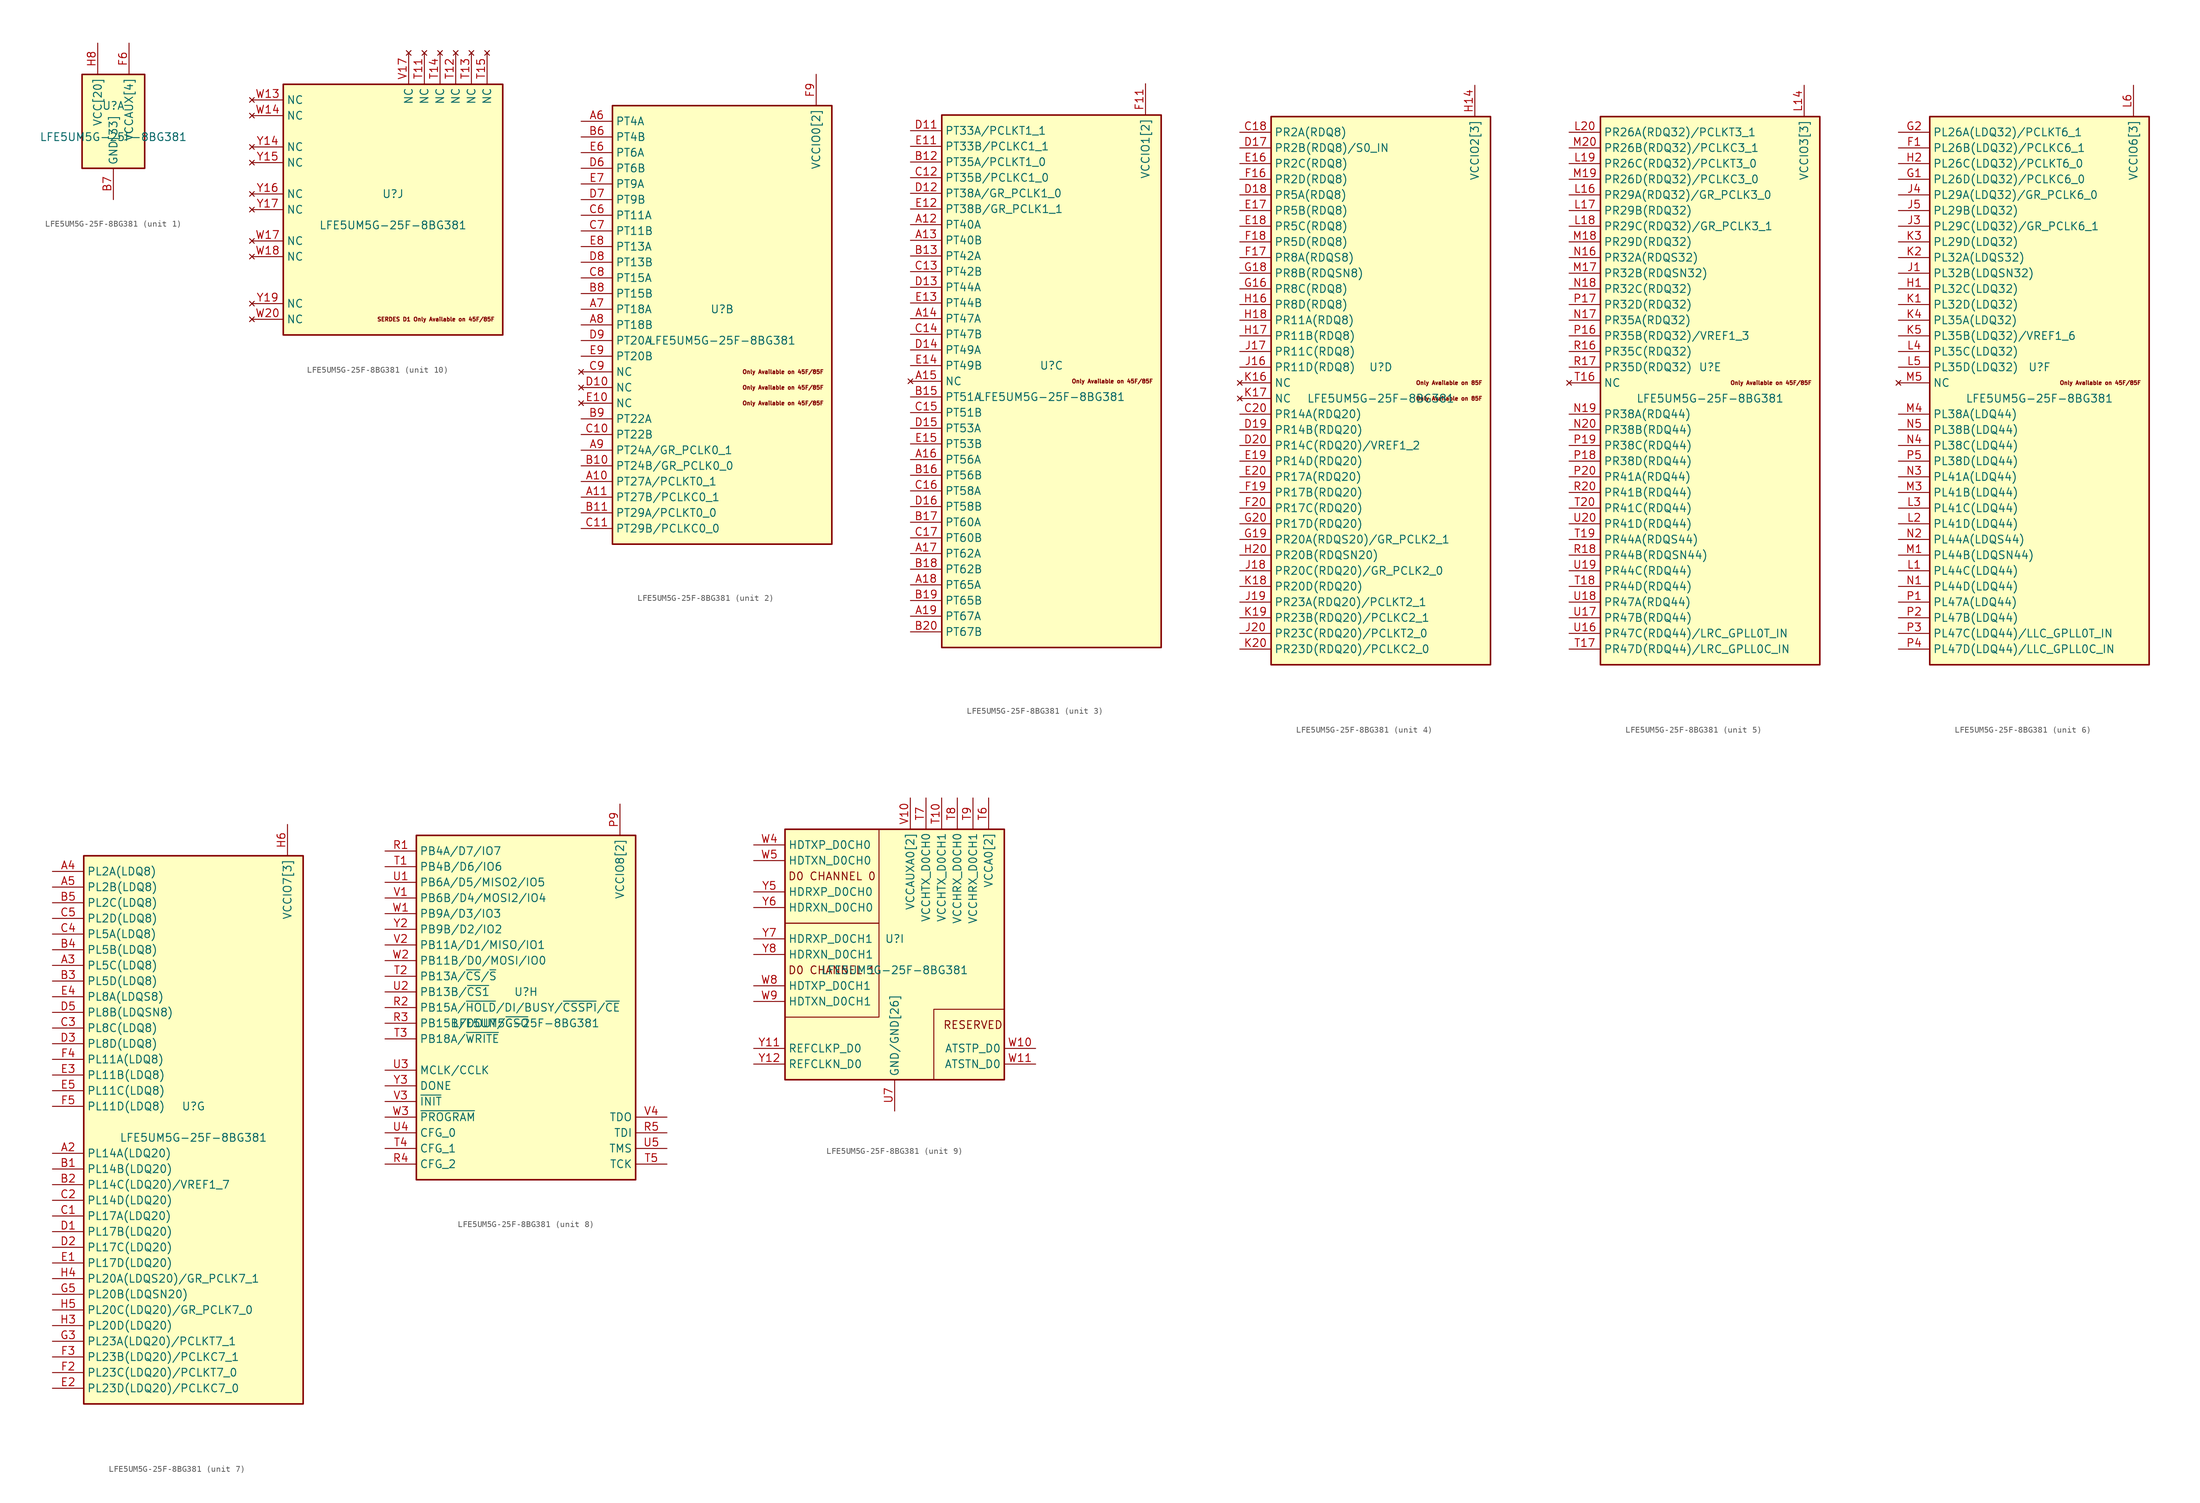
<source format=kicad_sym>
(kicad_symbol_lib
  (version 20201005)
  (generator kicad_symbol_editor)
  (symbol "pkl_lattice:LFE5UM5G-25F-8BG381"
    (property "Reference" "U"
      (at 0 2.54 0)
      (effects (font (size 1.27 1.27))))
    (property "Value" "LFE5UM5G-25F-8BG381"
      (at 0 -2.54 0)
      (effects (font (size 1.27 1.27))))
    (property "ki_locked" ""
      (at 0 0 0)
      (effects (font (size 1.27 1.27))))
    (symbol "LFE5UM5G-25F-8BG381_1_1"
      (rectangle (start -5.08 7.62) (end 5.08 -7.62) (stroke (width 0.254)) (fill (type background)))
      (pin passive line (at 0 -12.7 90) (length 5.08) hide (name "GND[33]" (effects (font (size 1.27 1.27)))) (number "B14" (effects (font (size 1.27 1.27)))))
      (pin power_in line (at 0 -12.7 90) (length 5.08) (name "GND[33]" (effects (font (size 1.27 1.27)))) (number "B7" (effects (font (size 1.27 1.27)))))
      (pin passive line (at 0 -12.7 90) (length 5.08) hide (name "GND[33]" (effects (font (size 1.27 1.27)))) (number "C19" (effects (font (size 1.27 1.27)))))
      (pin passive line (at 0 -12.7 90) (length 5.08) hide (name "GND[33]" (effects (font (size 1.27 1.27)))) (number "D4" (effects (font (size 1.27 1.27)))))
      (pin passive line (at 0 -12.7 90) (length 5.08) hide (name "GND[33]" (effects (font (size 1.27 1.27)))) (number "F13" (effects (font (size 1.27 1.27)))))
      (pin passive line (at 0 -12.7 90) (length 5.08) hide (name "GND[33]" (effects (font (size 1.27 1.27)))) (number "F14" (effects (font (size 1.27 1.27)))))
      (pin passive line (at 2.54 12.7 270) (length 5.08) hide (name "VCCAUX[4]" (effects (font (size 1.27 1.27)))) (number "F15" (effects (font (size 1.27 1.27)))))
      (pin power_in line (at 2.54 12.7 270) (length 5.08) (name "VCCAUX[4]" (effects (font (size 1.27 1.27)))) (number "F6" (effects (font (size 1.27 1.27)))))
      (pin passive line (at 0 -12.7 90) (length 5.08) hide (name "GND[33]" (effects (font (size 1.27 1.27)))) (number "F7" (effects (font (size 1.27 1.27)))))
      (pin passive line (at 0 -12.7 90) (length 5.08) hide (name "GND[33]" (effects (font (size 1.27 1.27)))) (number "F8" (effects (font (size 1.27 1.27)))))
      (pin passive line (at 0 -12.7 90) (length 5.08) hide (name "GND[33]" (effects (font (size 1.27 1.27)))) (number "G10" (effects (font (size 1.27 1.27)))))
      (pin passive line (at 0 -12.7 90) (length 5.08) hide (name "GND[33]" (effects (font (size 1.27 1.27)))) (number "G11" (effects (font (size 1.27 1.27)))))
      (pin passive line (at 0 -12.7 90) (length 5.08) hide (name "GND[33]" (effects (font (size 1.27 1.27)))) (number "G12" (effects (font (size 1.27 1.27)))))
      (pin passive line (at 0 -12.7 90) (length 5.08) hide (name "GND[33]" (effects (font (size 1.27 1.27)))) (number "G13" (effects (font (size 1.27 1.27)))))
      (pin passive line (at 0 -12.7 90) (length 5.08) hide (name "GND[33]" (effects (font (size 1.27 1.27)))) (number "G14" (effects (font (size 1.27 1.27)))))
      (pin passive line (at 0 -12.7 90) (length 5.08) hide (name "GND[33]" (effects (font (size 1.27 1.27)))) (number "G15" (effects (font (size 1.27 1.27)))))
      (pin passive line (at 0 -12.7 90) (length 5.08) hide (name "GND[33]" (effects (font (size 1.27 1.27)))) (number "G17" (effects (font (size 1.27 1.27)))))
      (pin passive line (at 0 -12.7 90) (length 5.08) hide (name "GND[33]" (effects (font (size 1.27 1.27)))) (number "G4" (effects (font (size 1.27 1.27)))))
      (pin passive line (at 0 -12.7 90) (length 5.08) hide (name "GND[33]" (effects (font (size 1.27 1.27)))) (number "G6" (effects (font (size 1.27 1.27)))))
      (pin passive line (at 0 -12.7 90) (length 5.08) hide (name "GND[33]" (effects (font (size 1.27 1.27)))) (number "G7" (effects (font (size 1.27 1.27)))))
      (pin passive line (at 0 -12.7 90) (length 5.08) hide (name "GND[33]" (effects (font (size 1.27 1.27)))) (number "G8" (effects (font (size 1.27 1.27)))))
      (pin passive line (at 0 -12.7 90) (length 5.08) hide (name "GND[33]" (effects (font (size 1.27 1.27)))) (number "G9" (effects (font (size 1.27 1.27)))))
      (pin passive line (at -2.54 12.7 270) (length 5.08) hide (name "VCC[20]" (effects (font (size 1.27 1.27)))) (number "H10" (effects (font (size 1.27 1.27)))))
      (pin passive line (at -2.54 12.7 270) (length 5.08) hide (name "VCC[20]" (effects (font (size 1.27 1.27)))) (number "H11" (effects (font (size 1.27 1.27)))))
      (pin passive line (at -2.54 12.7 270) (length 5.08) hide (name "VCC[20]" (effects (font (size 1.27 1.27)))) (number "H12" (effects (font (size 1.27 1.27)))))
      (pin passive line (at -2.54 12.7 270) (length 5.08) hide (name "VCC[20]" (effects (font (size 1.27 1.27)))) (number "H13" (effects (font (size 1.27 1.27)))))
      (pin passive line (at 0 -12.7 90) (length 5.08) hide (name "GND[33]" (effects (font (size 1.27 1.27)))) (number "H19" (effects (font (size 1.27 1.27)))))
      (pin power_in line (at -2.54 12.7 270) (length 5.08) (name "VCC[20]" (effects (font (size 1.27 1.27)))) (number "H8" (effects (font (size 1.27 1.27)))))
      (pin passive line (at -2.54 12.7 270) (length 5.08) hide (name "VCC[20]" (effects (font (size 1.27 1.27)))) (number "H9" (effects (font (size 1.27 1.27)))))
      (pin passive line (at 0 -12.7 90) (length 5.08) hide (name "GND[33]" (effects (font (size 1.27 1.27)))) (number "J10" (effects (font (size 1.27 1.27)))))
      (pin passive line (at 0 -12.7 90) (length 5.08) hide (name "GND[33]" (effects (font (size 1.27 1.27)))) (number "J11" (effects (font (size 1.27 1.27)))))
      (pin passive line (at 0 -12.7 90) (length 5.08) hide (name "GND[33]" (effects (font (size 1.27 1.27)))) (number "J12" (effects (font (size 1.27 1.27)))))
      (pin passive line (at -2.54 12.7 270) (length 5.08) hide (name "VCC[20]" (effects (font (size 1.27 1.27)))) (number "J13" (effects (font (size 1.27 1.27)))))
      (pin passive line (at 0 -12.7 90) (length 5.08) hide (name "GND[33]" (effects (font (size 1.27 1.27)))) (number "J14" (effects (font (size 1.27 1.27)))))
      (pin passive line (at 0 -12.7 90) (length 5.08) hide (name "GND[33]" (effects (font (size 1.27 1.27)))) (number "J2" (effects (font (size 1.27 1.27)))))
      (pin passive line (at 0 -12.7 90) (length 5.08) hide (name "GND[33]" (effects (font (size 1.27 1.27)))) (number "J7" (effects (font (size 1.27 1.27)))))
      (pin passive line (at -2.54 12.7 270) (length 5.08) hide (name "VCC[20]" (effects (font (size 1.27 1.27)))) (number "J8" (effects (font (size 1.27 1.27)))))
      (pin passive line (at 0 -12.7 90) (length 5.08) hide (name "GND[33]" (effects (font (size 1.27 1.27)))) (number "J9" (effects (font (size 1.27 1.27)))))
      (pin passive line (at 0 -12.7 90) (length 5.08) hide (name "GND[33]" (effects (font (size 1.27 1.27)))) (number "K10" (effects (font (size 1.27 1.27)))))
      (pin passive line (at 0 -12.7 90) (length 5.08) hide (name "GND[33]" (effects (font (size 1.27 1.27)))) (number "K11" (effects (font (size 1.27 1.27)))))
      (pin passive line (at 0 -12.7 90) (length 5.08) hide (name "GND[33]" (effects (font (size 1.27 1.27)))) (number "K12" (effects (font (size 1.27 1.27)))))
      (pin passive line (at -2.54 12.7 270) (length 5.08) hide (name "VCC[20]" (effects (font (size 1.27 1.27)))) (number "K13" (effects (font (size 1.27 1.27)))))
      (pin passive line (at 0 -12.7 90) (length 5.08) hide (name "GND[33]" (effects (font (size 1.27 1.27)))) (number "K14" (effects (font (size 1.27 1.27)))))
      (pin passive line (at 0 -12.7 90) (length 5.08) hide (name "GND[33]" (effects (font (size 1.27 1.27)))) (number "K15" (effects (font (size 1.27 1.27)))))
      (pin passive line (at 0 -12.7 90) (length 5.08) hide (name "GND[33]" (effects (font (size 1.27 1.27)))) (number "K6" (effects (font (size 1.27 1.27)))))
      (pin passive line (at 0 -12.7 90) (length 5.08) hide (name "GND[33]" (effects (font (size 1.27 1.27)))) (number "K7" (effects (font (size 1.27 1.27)))))
      (pin passive line (at -2.54 12.7 270) (length 5.08) hide (name "VCC[20]" (effects (font (size 1.27 1.27)))) (number "K8" (effects (font (size 1.27 1.27)))))
      (pin passive line (at 0 -12.7 90) (length 5.08) hide (name "GND[33]" (effects (font (size 1.27 1.27)))) (number "K9" (effects (font (size 1.27 1.27)))))
      (pin passive line (at 0 -12.7 90) (length 5.08) hide (name "GND[33]" (effects (font (size 1.27 1.27)))) (number "L10" (effects (font (size 1.27 1.27)))))
      (pin passive line (at 0 -12.7 90) (length 5.08) hide (name "GND[33]" (effects (font (size 1.27 1.27)))) (number "L11" (effects (font (size 1.27 1.27)))))
      (pin passive line (at 0 -12.7 90) (length 5.08) hide (name "GND[33]" (effects (font (size 1.27 1.27)))) (number "L12" (effects (font (size 1.27 1.27)))))
      (pin passive line (at -2.54 12.7 270) (length 5.08) hide (name "VCC[20]" (effects (font (size 1.27 1.27)))) (number "L13" (effects (font (size 1.27 1.27)))))
      (pin passive line (at -2.54 12.7 270) (length 5.08) hide (name "VCC[20]" (effects (font (size 1.27 1.27)))) (number "L8" (effects (font (size 1.27 1.27)))))
      (pin passive line (at 0 -12.7 90) (length 5.08) hide (name "GND[33]" (effects (font (size 1.27 1.27)))) (number "L9" (effects (font (size 1.27 1.27)))))
      (pin passive line (at 0 -12.7 90) (length 5.08) hide (name "GND[33]" (effects (font (size 1.27 1.27)))) (number "M10" (effects (font (size 1.27 1.27)))))
      (pin passive line (at 0 -12.7 90) (length 5.08) hide (name "GND[33]" (effects (font (size 1.27 1.27)))) (number "M11" (effects (font (size 1.27 1.27)))))
      (pin passive line (at 0 -12.7 90) (length 5.08) hide (name "GND[33]" (effects (font (size 1.27 1.27)))) (number "M12" (effects (font (size 1.27 1.27)))))
      (pin passive line (at -2.54 12.7 270) (length 5.08) hide (name "VCC[20]" (effects (font (size 1.27 1.27)))) (number "M13" (effects (font (size 1.27 1.27)))))
      (pin passive line (at 0 -12.7 90) (length 5.08) hide (name "GND[33]" (effects (font (size 1.27 1.27)))) (number "M14" (effects (font (size 1.27 1.27)))))
      (pin passive line (at 0 -12.7 90) (length 5.08) hide (name "GND[33]" (effects (font (size 1.27 1.27)))) (number "M16" (effects (font (size 1.27 1.27)))))
      (pin passive line (at 0 -12.7 90) (length 5.08) hide (name "GND[33]" (effects (font (size 1.27 1.27)))) (number "M2" (effects (font (size 1.27 1.27)))))
      (pin passive line (at 0 -12.7 90) (length 5.08) hide (name "GND[33]" (effects (font (size 1.27 1.27)))) (number "M7" (effects (font (size 1.27 1.27)))))
      (pin passive line (at -2.54 12.7 270) (length 5.08) hide (name "VCC[20]" (effects (font (size 1.27 1.27)))) (number "M8" (effects (font (size 1.27 1.27)))))
      (pin passive line (at 0 -12.7 90) (length 5.08) hide (name "GND[33]" (effects (font (size 1.27 1.27)))) (number "M9" (effects (font (size 1.27 1.27)))))
      (pin passive line (at -2.54 12.7 270) (length 5.08) hide (name "VCC[20]" (effects (font (size 1.27 1.27)))) (number "N10" (effects (font (size 1.27 1.27)))))
      (pin passive line (at -2.54 12.7 270) (length 5.08) hide (name "VCC[20]" (effects (font (size 1.27 1.27)))) (number "N11" (effects (font (size 1.27 1.27)))))
      (pin passive line (at -2.54 12.7 270) (length 5.08) hide (name "VCC[20]" (effects (font (size 1.27 1.27)))) (number "N12" (effects (font (size 1.27 1.27)))))
      (pin passive line (at -2.54 12.7 270) (length 5.08) hide (name "VCC[20]" (effects (font (size 1.27 1.27)))) (number "N13" (effects (font (size 1.27 1.27)))))
      (pin passive line (at 0 -12.7 90) (length 5.08) hide (name "GND[33]" (effects (font (size 1.27 1.27)))) (number "N14" (effects (font (size 1.27 1.27)))))
      (pin passive line (at 0 -12.7 90) (length 5.08) hide (name "GND[33]" (effects (font (size 1.27 1.27)))) (number "N15" (effects (font (size 1.27 1.27)))))
      (pin passive line (at 0 -12.7 90) (length 5.08) hide (name "GND[33]" (effects (font (size 1.27 1.27)))) (number "N6" (effects (font (size 1.27 1.27)))))
      (pin passive line (at 0 -12.7 90) (length 5.08) hide (name "GND[33]" (effects (font (size 1.27 1.27)))) (number "N7" (effects (font (size 1.27 1.27)))))
      (pin passive line (at -2.54 12.7 270) (length 5.08) hide (name "VCC[20]" (effects (font (size 1.27 1.27)))) (number "N8" (effects (font (size 1.27 1.27)))))
      (pin passive line (at -2.54 12.7 270) (length 5.08) hide (name "VCC[20]" (effects (font (size 1.27 1.27)))) (number "N9" (effects (font (size 1.27 1.27)))))
      (pin passive line (at 0 -12.7 90) (length 5.08) hide (name "GND[33]" (effects (font (size 1.27 1.27)))) (number "P11" (effects (font (size 1.27 1.27)))))
      (pin passive line (at 0 -12.7 90) (length 5.08) hide (name "GND[33]" (effects (font (size 1.27 1.27)))) (number "P12" (effects (font (size 1.27 1.27)))))
      (pin passive line (at 0 -12.7 90) (length 5.08) hide (name "GND[33]" (effects (font (size 1.27 1.27)))) (number "P13" (effects (font (size 1.27 1.27)))))
      (pin passive line (at 0 -12.7 90) (length 5.08) hide (name "GND[33]" (effects (font (size 1.27 1.27)))) (number "P14" (effects (font (size 1.27 1.27)))))
      (pin passive line (at 2.54 12.7 270) (length 5.08) hide (name "VCCAUX[4]" (effects (font (size 1.27 1.27)))) (number "P15" (effects (font (size 1.27 1.27)))))
      (pin passive line (at 2.54 12.7 270) (length 5.08) hide (name "VCCAUX[4]" (effects (font (size 1.27 1.27)))) (number "P6" (effects (font (size 1.27 1.27)))))
      (pin passive line (at 0 -12.7 90) (length 5.08) hide (name "GND[33]" (effects (font (size 1.27 1.27)))) (number "P7" (effects (font (size 1.27 1.27)))))
      (pin passive line (at 0 -12.7 90) (length 5.08) hide (name "GND[33]" (effects (font (size 1.27 1.27)))) (number "P8" (effects (font (size 1.27 1.27)))))
      (pin passive line (at 0 -12.7 90) (length 5.08) hide (name "GND[33]" (effects (font (size 1.27 1.27)))) (number "R19" (effects (font (size 1.27 1.27))))))
    (symbol "LFE5UM5G-25F-8BG381_2_0"
      (text "Only Available on 45F/85F" (at 16.51 -12.7 0) (effects (font (size 0.635 0.635)) (justify right)))
      (text "Only Available on 45F/85F" (at 16.51 -10.16 0) (effects (font (size 0.635 0.635)) (justify right)))
      (text "Only Available on 45F/85F" (at 16.51 -7.62 0) (effects (font (size 0.635 0.635)) (justify right))))
    (symbol "LFE5UM5G-25F-8BG381_2_1"
      (rectangle (start -17.78 35.56) (end 17.78 -35.56) (stroke (width 0.254)) (fill (type background)))
      (pin bidirectional line (at -22.86 -25.4 0) (length 5.08) (name "PT27A/PCLKT0_1" (effects (font (size 1.27 1.27)))) (number "A10" (effects (font (size 1.27 1.27)))))
      (pin bidirectional line (at -22.86 -27.94 0) (length 5.08) (name "PT27B/PCLKC0_1" (effects (font (size 1.27 1.27)))) (number "A11" (effects (font (size 1.27 1.27)))))
      (pin bidirectional line (at -22.86 33.02 0) (length 5.08) (name "PT4A" (effects (font (size 1.27 1.27)))) (number "A6" (effects (font (size 1.27 1.27)))))
      (pin bidirectional line (at -22.86 2.54 0) (length 5.08) (name "PT18A" (effects (font (size 1.27 1.27)))) (number "A7" (effects (font (size 1.27 1.27)))))
      (pin bidirectional line (at -22.86 0 0) (length 5.08) (name "PT18B" (effects (font (size 1.27 1.27)))) (number "A8" (effects (font (size 1.27 1.27)))))
      (pin bidirectional line (at -22.86 -20.32 0) (length 5.08) (name "PT24A/GR_PCLK0_1" (effects (font (size 1.27 1.27)))) (number "A9" (effects (font (size 1.27 1.27)))))
      (pin bidirectional line (at -22.86 -22.86 0) (length 5.08) (name "PT24B/GR_PCLK0_0" (effects (font (size 1.27 1.27)))) (number "B10" (effects (font (size 1.27 1.27)))))
      (pin bidirectional line (at -22.86 -30.48 0) (length 5.08) (name "PT29A/PCLKT0_0" (effects (font (size 1.27 1.27)))) (number "B11" (effects (font (size 1.27 1.27)))))
      (pin bidirectional line (at -22.86 30.48 0) (length 5.08) (name "PT4B" (effects (font (size 1.27 1.27)))) (number "B6" (effects (font (size 1.27 1.27)))))
      (pin bidirectional line (at -22.86 5.08 0) (length 5.08) (name "PT15B" (effects (font (size 1.27 1.27)))) (number "B8" (effects (font (size 1.27 1.27)))))
      (pin bidirectional line (at -22.86 -15.24 0) (length 5.08) (name "PT22A" (effects (font (size 1.27 1.27)))) (number "B9" (effects (font (size 1.27 1.27)))))
      (pin bidirectional line (at -22.86 -17.78 0) (length 5.08) (name "PT22B" (effects (font (size 1.27 1.27)))) (number "C10" (effects (font (size 1.27 1.27)))))
      (pin bidirectional line (at -22.86 -33.02 0) (length 5.08) (name "PT29B/PCLKC0_0" (effects (font (size 1.27 1.27)))) (number "C11" (effects (font (size 1.27 1.27)))))
      (pin bidirectional line (at -22.86 17.78 0) (length 5.08) (name "PT11A" (effects (font (size 1.27 1.27)))) (number "C6" (effects (font (size 1.27 1.27)))))
      (pin bidirectional line (at -22.86 15.24 0) (length 5.08) (name "PT11B" (effects (font (size 1.27 1.27)))) (number "C7" (effects (font (size 1.27 1.27)))))
      (pin bidirectional line (at -22.86 7.62 0) (length 5.08) (name "PT15A" (effects (font (size 1.27 1.27)))) (number "C8" (effects (font (size 1.27 1.27)))))
      (pin no_connect line (at -22.86 -7.62 0) (length 5.08) (name "NC" (effects (font (size 1.27 1.27)))) (number "C9" (effects (font (size 1.27 1.27)))))
      (pin no_connect line (at -22.86 -10.16 0) (length 5.08) (name "NC" (effects (font (size 1.27 1.27)))) (number "D10" (effects (font (size 1.27 1.27)))))
      (pin bidirectional line (at -22.86 25.4 0) (length 5.08) (name "PT6B" (effects (font (size 1.27 1.27)))) (number "D6" (effects (font (size 1.27 1.27)))))
      (pin bidirectional line (at -22.86 20.32 0) (length 5.08) (name "PT9B" (effects (font (size 1.27 1.27)))) (number "D7" (effects (font (size 1.27 1.27)))))
      (pin bidirectional line (at -22.86 10.16 0) (length 5.08) (name "PT13B" (effects (font (size 1.27 1.27)))) (number "D8" (effects (font (size 1.27 1.27)))))
      (pin bidirectional line (at -22.86 -2.54 0) (length 5.08) (name "PT20A" (effects (font (size 1.27 1.27)))) (number "D9" (effects (font (size 1.27 1.27)))))
      (pin no_connect line (at -22.86 -12.7 0) (length 5.08) (name "NC" (effects (font (size 1.27 1.27)))) (number "E10" (effects (font (size 1.27 1.27)))))
      (pin bidirectional line (at -22.86 27.94 0) (length 5.08) (name "PT6A" (effects (font (size 1.27 1.27)))) (number "E6" (effects (font (size 1.27 1.27)))))
      (pin bidirectional line (at -22.86 22.86 0) (length 5.08) (name "PT9A" (effects (font (size 1.27 1.27)))) (number "E7" (effects (font (size 1.27 1.27)))))
      (pin bidirectional line (at -22.86 12.7 0) (length 5.08) (name "PT13A" (effects (font (size 1.27 1.27)))) (number "E8" (effects (font (size 1.27 1.27)))))
      (pin bidirectional line (at -22.86 -5.08 0) (length 5.08) (name "PT20B" (effects (font (size 1.27 1.27)))) (number "E9" (effects (font (size 1.27 1.27)))))
      (pin passive line (at 15.24 40.64 270) (length 5.08) hide (name "VCCIO0[2]" (effects (font (size 1.27 1.27)))) (number "F10" (effects (font (size 1.27 1.27)))))
      (pin power_in line (at 15.24 40.64 270) (length 5.08) (name "VCCIO0[2]" (effects (font (size 1.27 1.27)))) (number "F9" (effects (font (size 1.27 1.27))))))
    (symbol "LFE5UM5G-25F-8BG381_3_0"
      (text "Only Available on 45F/85F" (at 16.51 0 0) (effects (font (size 0.635 0.635)) (justify right))))
    (symbol "LFE5UM5G-25F-8BG381_3_1"
      (rectangle (start -17.78 43.18) (end 17.78 -43.18) (stroke (width 0.254)) (fill (type background)))
      (pin bidirectional line (at -22.86 25.4 0) (length 5.08) (name "PT40A" (effects (font (size 1.27 1.27)))) (number "A12" (effects (font (size 1.27 1.27)))))
      (pin bidirectional line (at -22.86 22.86 0) (length 5.08) (name "PT40B" (effects (font (size 1.27 1.27)))) (number "A13" (effects (font (size 1.27 1.27)))))
      (pin bidirectional line (at -22.86 10.16 0) (length 5.08) (name "PT47A" (effects (font (size 1.27 1.27)))) (number "A14" (effects (font (size 1.27 1.27)))))
      (pin no_connect line (at -22.86 0 0) (length 5.08) (name "NC" (effects (font (size 1.27 1.27)))) (number "A15" (effects (font (size 1.27 1.27)))))
      (pin bidirectional line (at -22.86 -12.7 0) (length 5.08) (name "PT56A" (effects (font (size 1.27 1.27)))) (number "A16" (effects (font (size 1.27 1.27)))))
      (pin bidirectional line (at -22.86 -27.94 0) (length 5.08) (name "PT62A" (effects (font (size 1.27 1.27)))) (number "A17" (effects (font (size 1.27 1.27)))))
      (pin bidirectional line (at -22.86 -33.02 0) (length 5.08) (name "PT65A" (effects (font (size 1.27 1.27)))) (number "A18" (effects (font (size 1.27 1.27)))))
      (pin bidirectional line (at -22.86 -38.1 0) (length 5.08) (name "PT67A" (effects (font (size 1.27 1.27)))) (number "A19" (effects (font (size 1.27 1.27)))))
      (pin bidirectional line (at -22.86 35.56 0) (length 5.08) (name "PT35A/PCLKT1_0" (effects (font (size 1.27 1.27)))) (number "B12" (effects (font (size 1.27 1.27)))))
      (pin bidirectional line (at -22.86 20.32 0) (length 5.08) (name "PT42A" (effects (font (size 1.27 1.27)))) (number "B13" (effects (font (size 1.27 1.27)))))
      (pin bidirectional line (at -22.86 -2.54 0) (length 5.08) (name "PT51A" (effects (font (size 1.27 1.27)))) (number "B15" (effects (font (size 1.27 1.27)))))
      (pin bidirectional line (at -22.86 -15.24 0) (length 5.08) (name "PT56B" (effects (font (size 1.27 1.27)))) (number "B16" (effects (font (size 1.27 1.27)))))
      (pin bidirectional line (at -22.86 -22.86 0) (length 5.08) (name "PT60A" (effects (font (size 1.27 1.27)))) (number "B17" (effects (font (size 1.27 1.27)))))
      (pin bidirectional line (at -22.86 -30.48 0) (length 5.08) (name "PT62B" (effects (font (size 1.27 1.27)))) (number "B18" (effects (font (size 1.27 1.27)))))
      (pin bidirectional line (at -22.86 -35.56 0) (length 5.08) (name "PT65B" (effects (font (size 1.27 1.27)))) (number "B19" (effects (font (size 1.27 1.27)))))
      (pin bidirectional line (at -22.86 -40.64 0) (length 5.08) (name "PT67B" (effects (font (size 1.27 1.27)))) (number "B20" (effects (font (size 1.27 1.27)))))
      (pin bidirectional line (at -22.86 33.02 0) (length 5.08) (name "PT35B/PCLKC1_0" (effects (font (size 1.27 1.27)))) (number "C12" (effects (font (size 1.27 1.27)))))
      (pin bidirectional line (at -22.86 17.78 0) (length 5.08) (name "PT42B" (effects (font (size 1.27 1.27)))) (number "C13" (effects (font (size 1.27 1.27)))))
      (pin bidirectional line (at -22.86 7.62 0) (length 5.08) (name "PT47B" (effects (font (size 1.27 1.27)))) (number "C14" (effects (font (size 1.27 1.27)))))
      (pin bidirectional line (at -22.86 -5.08 0) (length 5.08) (name "PT51B" (effects (font (size 1.27 1.27)))) (number "C15" (effects (font (size 1.27 1.27)))))
      (pin bidirectional line (at -22.86 -17.78 0) (length 5.08) (name "PT58A" (effects (font (size 1.27 1.27)))) (number "C16" (effects (font (size 1.27 1.27)))))
      (pin bidirectional line (at -22.86 -25.4 0) (length 5.08) (name "PT60B" (effects (font (size 1.27 1.27)))) (number "C17" (effects (font (size 1.27 1.27)))))
      (pin bidirectional line (at -22.86 40.64 0) (length 5.08) (name "PT33A/PCLKT1_1" (effects (font (size 1.27 1.27)))) (number "D11" (effects (font (size 1.27 1.27)))))
      (pin bidirectional line (at -22.86 30.48 0) (length 5.08) (name "PT38A/GR_PCLK1_0" (effects (font (size 1.27 1.27)))) (number "D12" (effects (font (size 1.27 1.27)))))
      (pin bidirectional line (at -22.86 15.24 0) (length 5.08) (name "PT44A" (effects (font (size 1.27 1.27)))) (number "D13" (effects (font (size 1.27 1.27)))))
      (pin bidirectional line (at -22.86 5.08 0) (length 5.08) (name "PT49A" (effects (font (size 1.27 1.27)))) (number "D14" (effects (font (size 1.27 1.27)))))
      (pin bidirectional line (at -22.86 -7.62 0) (length 5.08) (name "PT53A" (effects (font (size 1.27 1.27)))) (number "D15" (effects (font (size 1.27 1.27)))))
      (pin bidirectional line (at -22.86 -20.32 0) (length 5.08) (name "PT58B" (effects (font (size 1.27 1.27)))) (number "D16" (effects (font (size 1.27 1.27)))))
      (pin bidirectional line (at -22.86 38.1 0) (length 5.08) (name "PT33B/PCLKC1_1" (effects (font (size 1.27 1.27)))) (number "E11" (effects (font (size 1.27 1.27)))))
      (pin bidirectional line (at -22.86 27.94 0) (length 5.08) (name "PT38B/GR_PCLK1_1" (effects (font (size 1.27 1.27)))) (number "E12" (effects (font (size 1.27 1.27)))))
      (pin bidirectional line (at -22.86 12.7 0) (length 5.08) (name "PT44B" (effects (font (size 1.27 1.27)))) (number "E13" (effects (font (size 1.27 1.27)))))
      (pin bidirectional line (at -22.86 2.54 0) (length 5.08) (name "PT49B" (effects (font (size 1.27 1.27)))) (number "E14" (effects (font (size 1.27 1.27)))))
      (pin bidirectional line (at -22.86 -10.16 0) (length 5.08) (name "PT53B" (effects (font (size 1.27 1.27)))) (number "E15" (effects (font (size 1.27 1.27)))))
      (pin power_in line (at 15.24 48.26 270) (length 5.08) (name "VCCIO1[2]" (effects (font (size 1.27 1.27)))) (number "F11" (effects (font (size 1.27 1.27)))))
      (pin passive line (at 15.24 48.26 270) (length 5.08) hide (name "VCCIO1[2]" (effects (font (size 1.27 1.27)))) (number "F12" (effects (font (size 1.27 1.27))))))
    (symbol "LFE5UM5G-25F-8BG381_4_0"
      (text "Only Available on 85F" (at 16.51 -2.54 0) (effects (font (size 0.635 0.635)) (justify right)))
      (text "Only Available on 85F" (at 16.51 0 0) (effects (font (size 0.635 0.635)) (justify right))))
    (symbol "LFE5UM5G-25F-8BG381_4_1"
      (rectangle (start -17.78 43.18) (end 17.78 -45.72) (stroke (width 0.254)) (fill (type background)))
      (pin bidirectional line (at -22.86 40.64 0) (length 5.08) (name "PR2A(RDQ8)" (effects (font (size 1.27 1.27)))) (number "C18" (effects (font (size 1.27 1.27)))))
      (pin bidirectional line (at -22.86 -5.08 0) (length 5.08) (name "PR14A(RDQ20)" (effects (font (size 1.27 1.27)))) (number "C20" (effects (font (size 1.27 1.27)))))
      (pin bidirectional line (at -22.86 38.1 0) (length 5.08) (name "PR2B(RDQ8)/S0_IN" (effects (font (size 1.27 1.27)))) (number "D17" (effects (font (size 1.27 1.27)))))
      (pin bidirectional line (at -22.86 30.48 0) (length 5.08) (name "PR5A(RDQ8)" (effects (font (size 1.27 1.27)))) (number "D18" (effects (font (size 1.27 1.27)))))
      (pin bidirectional line (at -22.86 -7.62 0) (length 5.08) (name "PR14B(RDQ20)" (effects (font (size 1.27 1.27)))) (number "D19" (effects (font (size 1.27 1.27)))))
      (pin bidirectional line (at -22.86 -10.16 0) (length 5.08) (name "PR14C(RDQ20)/VREF1_2" (effects (font (size 1.27 1.27)))) (number "D20" (effects (font (size 1.27 1.27)))))
      (pin bidirectional line (at -22.86 35.56 0) (length 5.08) (name "PR2C(RDQ8)" (effects (font (size 1.27 1.27)))) (number "E16" (effects (font (size 1.27 1.27)))))
      (pin bidirectional line (at -22.86 27.94 0) (length 5.08) (name "PR5B(RDQ8)" (effects (font (size 1.27 1.27)))) (number "E17" (effects (font (size 1.27 1.27)))))
      (pin bidirectional line (at -22.86 25.4 0) (length 5.08) (name "PR5C(RDQ8)" (effects (font (size 1.27 1.27)))) (number "E18" (effects (font (size 1.27 1.27)))))
      (pin bidirectional line (at -22.86 -12.7 0) (length 5.08) (name "PR14D(RDQ20)" (effects (font (size 1.27 1.27)))) (number "E19" (effects (font (size 1.27 1.27)))))
      (pin bidirectional line (at -22.86 -15.24 0) (length 5.08) (name "PR17A(RDQ20)" (effects (font (size 1.27 1.27)))) (number "E20" (effects (font (size 1.27 1.27)))))
      (pin bidirectional line (at -22.86 33.02 0) (length 5.08) (name "PR2D(RDQ8)" (effects (font (size 1.27 1.27)))) (number "F16" (effects (font (size 1.27 1.27)))))
      (pin bidirectional line (at -22.86 20.32 0) (length 5.08) (name "PR8A(RDQS8)" (effects (font (size 1.27 1.27)))) (number "F17" (effects (font (size 1.27 1.27)))))
      (pin bidirectional line (at -22.86 22.86 0) (length 5.08) (name "PR5D(RDQ8)" (effects (font (size 1.27 1.27)))) (number "F18" (effects (font (size 1.27 1.27)))))
      (pin bidirectional line (at -22.86 -17.78 0) (length 5.08) (name "PR17B(RDQ20)" (effects (font (size 1.27 1.27)))) (number "F19" (effects (font (size 1.27 1.27)))))
      (pin bidirectional line (at -22.86 -20.32 0) (length 5.08) (name "PR17C(RDQ20)" (effects (font (size 1.27 1.27)))) (number "F20" (effects (font (size 1.27 1.27)))))
      (pin bidirectional line (at -22.86 15.24 0) (length 5.08) (name "PR8C(RDQ8)" (effects (font (size 1.27 1.27)))) (number "G16" (effects (font (size 1.27 1.27)))))
      (pin bidirectional line (at -22.86 17.78 0) (length 5.08) (name "PR8B(RDQSN8)" (effects (font (size 1.27 1.27)))) (number "G18" (effects (font (size 1.27 1.27)))))
      (pin bidirectional line (at -22.86 -25.4 0) (length 5.08) (name "PR20A(RDQS20)/GR_PCLK2_1" (effects (font (size 1.27 1.27)))) (number "G19" (effects (font (size 1.27 1.27)))))
      (pin bidirectional line (at -22.86 -22.86 0) (length 5.08) (name "PR17D(RDQ20)" (effects (font (size 1.27 1.27)))) (number "G20" (effects (font (size 1.27 1.27)))))
      (pin power_in line (at 15.24 48.26 270) (length 5.08) (name "VCCIO2[3]" (effects (font (size 1.27 1.27)))) (number "H14" (effects (font (size 1.27 1.27)))))
      (pin passive line (at 15.24 48.26 270) (length 5.08) hide (name "VCCIO2[3]" (effects (font (size 1.27 1.27)))) (number "H15" (effects (font (size 1.27 1.27)))))
      (pin bidirectional line (at -22.86 12.7 0) (length 5.08) (name "PR8D(RDQ8)" (effects (font (size 1.27 1.27)))) (number "H16" (effects (font (size 1.27 1.27)))))
      (pin bidirectional line (at -22.86 7.62 0) (length 5.08) (name "PR11B(RDQ8)" (effects (font (size 1.27 1.27)))) (number "H17" (effects (font (size 1.27 1.27)))))
      (pin bidirectional line (at -22.86 10.16 0) (length 5.08) (name "PR11A(RDQ8)" (effects (font (size 1.27 1.27)))) (number "H18" (effects (font (size 1.27 1.27)))))
      (pin bidirectional line (at -22.86 -27.94 0) (length 5.08) (name "PR20B(RDQSN20)" (effects (font (size 1.27 1.27)))) (number "H20" (effects (font (size 1.27 1.27)))))
      (pin passive line (at 15.24 48.26 270) (length 5.08) hide (name "VCCIO2[3]" (effects (font (size 1.27 1.27)))) (number "J15" (effects (font (size 1.27 1.27)))))
      (pin bidirectional line (at -22.86 2.54 0) (length 5.08) (name "PR11D(RDQ8)" (effects (font (size 1.27 1.27)))) (number "J16" (effects (font (size 1.27 1.27)))))
      (pin bidirectional line (at -22.86 5.08 0) (length 5.08) (name "PR11C(RDQ8)" (effects (font (size 1.27 1.27)))) (number "J17" (effects (font (size 1.27 1.27)))))
      (pin bidirectional line (at -22.86 -30.48 0) (length 5.08) (name "PR20C(RDQ20)/GR_PCLK2_0" (effects (font (size 1.27 1.27)))) (number "J18" (effects (font (size 1.27 1.27)))))
      (pin bidirectional line (at -22.86 -35.56 0) (length 5.08) (name "PR23A(RDQ20)/PCLKT2_1" (effects (font (size 1.27 1.27)))) (number "J19" (effects (font (size 1.27 1.27)))))
      (pin bidirectional line (at -22.86 -40.64 0) (length 5.08) (name "PR23C(RDQ20)/PCLKT2_0" (effects (font (size 1.27 1.27)))) (number "J20" (effects (font (size 1.27 1.27)))))
      (pin no_connect line (at -22.86 0 0) (length 5.08) (name "NC" (effects (font (size 1.27 1.27)))) (number "K16" (effects (font (size 1.27 1.27)))))
      (pin no_connect line (at -22.86 -2.54 0) (length 5.08) (name "NC" (effects (font (size 1.27 1.27)))) (number "K17" (effects (font (size 1.27 1.27)))))
      (pin bidirectional line (at -22.86 -33.02 0) (length 5.08) (name "PR20D(RDQ20)" (effects (font (size 1.27 1.27)))) (number "K18" (effects (font (size 1.27 1.27)))))
      (pin bidirectional line (at -22.86 -38.1 0) (length 5.08) (name "PR23B(RDQ20)/PCLKC2_1" (effects (font (size 1.27 1.27)))) (number "K19" (effects (font (size 1.27 1.27)))))
      (pin bidirectional line (at -22.86 -43.18 0) (length 5.08) (name "PR23D(RDQ20)/PCLKC2_0" (effects (font (size 1.27 1.27)))) (number "K20" (effects (font (size 1.27 1.27))))))
    (symbol "LFE5UM5G-25F-8BG381_5_0"
      (text "Only Available on 45F/85F" (at 16.51 0 0) (effects (font (size 0.635 0.635)) (justify right))))
    (symbol "LFE5UM5G-25F-8BG381_5_1"
      (rectangle (start -17.78 43.18) (end 17.78 -45.72) (stroke (width 0.254)) (fill (type background)))
      (pin power_in line (at 15.24 48.26 270) (length 5.08) (name "VCCIO3[3]" (effects (font (size 1.27 1.27)))) (number "L14" (effects (font (size 1.27 1.27)))))
      (pin passive line (at 15.24 48.26 270) (length 5.08) hide (name "VCCIO3[3]" (effects (font (size 1.27 1.27)))) (number "L15" (effects (font (size 1.27 1.27)))))
      (pin bidirectional line (at -22.86 30.48 0) (length 5.08) (name "PR29A(RDQ32)/GR_PCLK3_0" (effects (font (size 1.27 1.27)))) (number "L16" (effects (font (size 1.27 1.27)))))
      (pin bidirectional line (at -22.86 27.94 0) (length 5.08) (name "PR29B(RDQ32)" (effects (font (size 1.27 1.27)))) (number "L17" (effects (font (size 1.27 1.27)))))
      (pin bidirectional line (at -22.86 25.4 0) (length 5.08) (name "PR29C(RDQ32)/GR_PCLK3_1" (effects (font (size 1.27 1.27)))) (number "L18" (effects (font (size 1.27 1.27)))))
      (pin bidirectional line (at -22.86 35.56 0) (length 5.08) (name "PR26C(RDQ32)/PCLKT3_0" (effects (font (size 1.27 1.27)))) (number "L19" (effects (font (size 1.27 1.27)))))
      (pin bidirectional line (at -22.86 40.64 0) (length 5.08) (name "PR26A(RDQ32)/PCLKT3_1" (effects (font (size 1.27 1.27)))) (number "L20" (effects (font (size 1.27 1.27)))))
      (pin passive line (at 15.24 48.26 270) (length 5.08) hide (name "VCCIO3[3]" (effects (font (size 1.27 1.27)))) (number "M15" (effects (font (size 1.27 1.27)))))
      (pin bidirectional line (at -22.86 17.78 0) (length 5.08) (name "PR32B(RDQSN32)" (effects (font (size 1.27 1.27)))) (number "M17" (effects (font (size 1.27 1.27)))))
      (pin bidirectional line (at -22.86 22.86 0) (length 5.08) (name "PR29D(RDQ32)" (effects (font (size 1.27 1.27)))) (number "M18" (effects (font (size 1.27 1.27)))))
      (pin bidirectional line (at -22.86 33.02 0) (length 5.08) (name "PR26D(RDQ32)/PCLKC3_0" (effects (font (size 1.27 1.27)))) (number "M19" (effects (font (size 1.27 1.27)))))
      (pin bidirectional line (at -22.86 38.1 0) (length 5.08) (name "PR26B(RDQ32)/PCLKC3_1" (effects (font (size 1.27 1.27)))) (number "M20" (effects (font (size 1.27 1.27)))))
      (pin bidirectional line (at -22.86 20.32 0) (length 5.08) (name "PR32A(RDQS32)" (effects (font (size 1.27 1.27)))) (number "N16" (effects (font (size 1.27 1.27)))))
      (pin bidirectional line (at -22.86 10.16 0) (length 5.08) (name "PR35A(RDQ32)" (effects (font (size 1.27 1.27)))) (number "N17" (effects (font (size 1.27 1.27)))))
      (pin bidirectional line (at -22.86 15.24 0) (length 5.08) (name "PR32C(RDQ32)" (effects (font (size 1.27 1.27)))) (number "N18" (effects (font (size 1.27 1.27)))))
      (pin bidirectional line (at -22.86 -5.08 0) (length 5.08) (name "PR38A(RDQ44)" (effects (font (size 1.27 1.27)))) (number "N19" (effects (font (size 1.27 1.27)))))
      (pin bidirectional line (at -22.86 -7.62 0) (length 5.08) (name "PR38B(RDQ44)" (effects (font (size 1.27 1.27)))) (number "N20" (effects (font (size 1.27 1.27)))))
      (pin bidirectional line (at -22.86 7.62 0) (length 5.08) (name "PR35B(RDQ32)/VREF1_3" (effects (font (size 1.27 1.27)))) (number "P16" (effects (font (size 1.27 1.27)))))
      (pin bidirectional line (at -22.86 12.7 0) (length 5.08) (name "PR32D(RDQ32)" (effects (font (size 1.27 1.27)))) (number "P17" (effects (font (size 1.27 1.27)))))
      (pin bidirectional line (at -22.86 -12.7 0) (length 5.08) (name "PR38D(RDQ44)" (effects (font (size 1.27 1.27)))) (number "P18" (effects (font (size 1.27 1.27)))))
      (pin bidirectional line (at -22.86 -10.16 0) (length 5.08) (name "PR38C(RDQ44)" (effects (font (size 1.27 1.27)))) (number "P19" (effects (font (size 1.27 1.27)))))
      (pin bidirectional line (at -22.86 -15.24 0) (length 5.08) (name "PR41A(RDQ44)" (effects (font (size 1.27 1.27)))) (number "P20" (effects (font (size 1.27 1.27)))))
      (pin bidirectional line (at -22.86 5.08 0) (length 5.08) (name "PR35C(RDQ32)" (effects (font (size 1.27 1.27)))) (number "R16" (effects (font (size 1.27 1.27)))))
      (pin bidirectional line (at -22.86 2.54 0) (length 5.08) (name "PR35D(RDQ32)" (effects (font (size 1.27 1.27)))) (number "R17" (effects (font (size 1.27 1.27)))))
      (pin bidirectional line (at -22.86 -27.94 0) (length 5.08) (name "PR44B(RDQSN44)" (effects (font (size 1.27 1.27)))) (number "R18" (effects (font (size 1.27 1.27)))))
      (pin bidirectional line (at -22.86 -17.78 0) (length 5.08) (name "PR41B(RDQ44)" (effects (font (size 1.27 1.27)))) (number "R20" (effects (font (size 1.27 1.27)))))
      (pin no_connect line (at -22.86 0 0) (length 5.08) (name "NC" (effects (font (size 1.27 1.27)))) (number "T16" (effects (font (size 1.27 1.27)))))
      (pin bidirectional line (at -22.86 -43.18 0) (length 5.08) (name "PR47D(RDQ44)/LRC_GPLL0C_IN" (effects (font (size 1.27 1.27)))) (number "T17" (effects (font (size 1.27 1.27)))))
      (pin bidirectional line (at -22.86 -33.02 0) (length 5.08) (name "PR44D(RDQ44)" (effects (font (size 1.27 1.27)))) (number "T18" (effects (font (size 1.27 1.27)))))
      (pin bidirectional line (at -22.86 -25.4 0) (length 5.08) (name "PR44A(RDQS44)" (effects (font (size 1.27 1.27)))) (number "T19" (effects (font (size 1.27 1.27)))))
      (pin bidirectional line (at -22.86 -20.32 0) (length 5.08) (name "PR41C(RDQ44)" (effects (font (size 1.27 1.27)))) (number "T20" (effects (font (size 1.27 1.27)))))
      (pin bidirectional line (at -22.86 -40.64 0) (length 5.08) (name "PR47C(RDQ44)/LRC_GPLL0T_IN" (effects (font (size 1.27 1.27)))) (number "U16" (effects (font (size 1.27 1.27)))))
      (pin bidirectional line (at -22.86 -38.1 0) (length 5.08) (name "PR47B(RDQ44)" (effects (font (size 1.27 1.27)))) (number "U17" (effects (font (size 1.27 1.27)))))
      (pin bidirectional line (at -22.86 -35.56 0) (length 5.08) (name "PR47A(RDQ44)" (effects (font (size 1.27 1.27)))) (number "U18" (effects (font (size 1.27 1.27)))))
      (pin bidirectional line (at -22.86 -30.48 0) (length 5.08) (name "PR44C(RDQ44)" (effects (font (size 1.27 1.27)))) (number "U19" (effects (font (size 1.27 1.27)))))
      (pin bidirectional line (at -22.86 -22.86 0) (length 5.08) (name "PR41D(RDQ44)" (effects (font (size 1.27 1.27)))) (number "U20" (effects (font (size 1.27 1.27))))))
    (symbol "LFE5UM5G-25F-8BG381_6_0"
      (text "Only Available on 45F/85F" (at 16.51 0 0) (effects (font (size 0.635 0.635)) (justify right))))
    (symbol "LFE5UM5G-25F-8BG381_6_1"
      (rectangle (start -17.78 43.18) (end 17.78 -45.72) (stroke (width 0.254)) (fill (type background)))
      (pin bidirectional line (at -22.86 38.1 0) (length 5.08) (name "PL26B(LDQ32)/PCLKC6_1" (effects (font (size 1.27 1.27)))) (number "F1" (effects (font (size 1.27 1.27)))))
      (pin bidirectional line (at -22.86 33.02 0) (length 5.08) (name "PL26D(LDQ32)/PCLKC6_0" (effects (font (size 1.27 1.27)))) (number "G1" (effects (font (size 1.27 1.27)))))
      (pin bidirectional line (at -22.86 40.64 0) (length 5.08) (name "PL26A(LDQ32)/PCLKT6_1" (effects (font (size 1.27 1.27)))) (number "G2" (effects (font (size 1.27 1.27)))))
      (pin bidirectional line (at -22.86 15.24 0) (length 5.08) (name "PL32C(LDQ32)" (effects (font (size 1.27 1.27)))) (number "H1" (effects (font (size 1.27 1.27)))))
      (pin bidirectional line (at -22.86 35.56 0) (length 5.08) (name "PL26C(LDQ32)/PCLKT6_0" (effects (font (size 1.27 1.27)))) (number "H2" (effects (font (size 1.27 1.27)))))
      (pin bidirectional line (at -22.86 17.78 0) (length 5.08) (name "PL32B(LDQSN32)" (effects (font (size 1.27 1.27)))) (number "J1" (effects (font (size 1.27 1.27)))))
      (pin bidirectional line (at -22.86 25.4 0) (length 5.08) (name "PL29C(LDQ32)/GR_PCLK6_1" (effects (font (size 1.27 1.27)))) (number "J3" (effects (font (size 1.27 1.27)))))
      (pin bidirectional line (at -22.86 30.48 0) (length 5.08) (name "PL29A(LDQ32)/GR_PCLK6_0" (effects (font (size 1.27 1.27)))) (number "J4" (effects (font (size 1.27 1.27)))))
      (pin bidirectional line (at -22.86 27.94 0) (length 5.08) (name "PL29B(LDQ32)" (effects (font (size 1.27 1.27)))) (number "J5" (effects (font (size 1.27 1.27)))))
      (pin bidirectional line (at -22.86 12.7 0) (length 5.08) (name "PL32D(LDQ32)" (effects (font (size 1.27 1.27)))) (number "K1" (effects (font (size 1.27 1.27)))))
      (pin bidirectional line (at -22.86 20.32 0) (length 5.08) (name "PL32A(LDQS32)" (effects (font (size 1.27 1.27)))) (number "K2" (effects (font (size 1.27 1.27)))))
      (pin bidirectional line (at -22.86 22.86 0) (length 5.08) (name "PL29D(LDQ32)" (effects (font (size 1.27 1.27)))) (number "K3" (effects (font (size 1.27 1.27)))))
      (pin bidirectional line (at -22.86 10.16 0) (length 5.08) (name "PL35A(LDQ32)" (effects (font (size 1.27 1.27)))) (number "K4" (effects (font (size 1.27 1.27)))))
      (pin bidirectional line (at -22.86 7.62 0) (length 5.08) (name "PL35B(LDQ32)/VREF1_6" (effects (font (size 1.27 1.27)))) (number "K5" (effects (font (size 1.27 1.27)))))
      (pin bidirectional line (at -22.86 -30.48 0) (length 5.08) (name "PL44C(LDQ44)" (effects (font (size 1.27 1.27)))) (number "L1" (effects (font (size 1.27 1.27)))))
      (pin bidirectional line (at -22.86 -22.86 0) (length 5.08) (name "PL41D(LDQ44)" (effects (font (size 1.27 1.27)))) (number "L2" (effects (font (size 1.27 1.27)))))
      (pin bidirectional line (at -22.86 -20.32 0) (length 5.08) (name "PL41C(LDQ44)" (effects (font (size 1.27 1.27)))) (number "L3" (effects (font (size 1.27 1.27)))))
      (pin bidirectional line (at -22.86 5.08 0) (length 5.08) (name "PL35C(LDQ32)" (effects (font (size 1.27 1.27)))) (number "L4" (effects (font (size 1.27 1.27)))))
      (pin bidirectional line (at -22.86 2.54 0) (length 5.08) (name "PL35D(LDQ32)" (effects (font (size 1.27 1.27)))) (number "L5" (effects (font (size 1.27 1.27)))))
      (pin power_in line (at 15.24 48.26 270) (length 5.08) (name "VCCIO6[3]" (effects (font (size 1.27 1.27)))) (number "L6" (effects (font (size 1.27 1.27)))))
      (pin passive line (at 15.24 48.26 270) (length 5.08) hide (name "VCCIO6[3]" (effects (font (size 1.27 1.27)))) (number "L7" (effects (font (size 1.27 1.27)))))
      (pin bidirectional line (at -22.86 -27.94 0) (length 5.08) (name "PL44B(LDQSN44)" (effects (font (size 1.27 1.27)))) (number "M1" (effects (font (size 1.27 1.27)))))
      (pin bidirectional line (at -22.86 -17.78 0) (length 5.08) (name "PL41B(LDQ44)" (effects (font (size 1.27 1.27)))) (number "M3" (effects (font (size 1.27 1.27)))))
      (pin bidirectional line (at -22.86 -5.08 0) (length 5.08) (name "PL38A(LDQ44)" (effects (font (size 1.27 1.27)))) (number "M4" (effects (font (size 1.27 1.27)))))
      (pin no_connect line (at -22.86 0 0) (length 5.08) (name "NC" (effects (font (size 1.27 1.27)))) (number "M5" (effects (font (size 1.27 1.27)))))
      (pin passive line (at 15.24 48.26 270) (length 5.08) hide (name "VCCIO6[3]" (effects (font (size 1.27 1.27)))) (number "M6" (effects (font (size 1.27 1.27)))))
      (pin bidirectional line (at -22.86 -33.02 0) (length 5.08) (name "PL44D(LDQ44)" (effects (font (size 1.27 1.27)))) (number "N1" (effects (font (size 1.27 1.27)))))
      (pin bidirectional line (at -22.86 -25.4 0) (length 5.08) (name "PL44A(LDQS44)" (effects (font (size 1.27 1.27)))) (number "N2" (effects (font (size 1.27 1.27)))))
      (pin bidirectional line (at -22.86 -15.24 0) (length 5.08) (name "PL41A(LDQ44)" (effects (font (size 1.27 1.27)))) (number "N3" (effects (font (size 1.27 1.27)))))
      (pin bidirectional line (at -22.86 -10.16 0) (length 5.08) (name "PL38C(LDQ44)" (effects (font (size 1.27 1.27)))) (number "N4" (effects (font (size 1.27 1.27)))))
      (pin bidirectional line (at -22.86 -7.62 0) (length 5.08) (name "PL38B(LDQ44)" (effects (font (size 1.27 1.27)))) (number "N5" (effects (font (size 1.27 1.27)))))
      (pin bidirectional line (at -22.86 -35.56 0) (length 5.08) (name "PL47A(LDQ44)" (effects (font (size 1.27 1.27)))) (number "P1" (effects (font (size 1.27 1.27)))))
      (pin bidirectional line (at -22.86 -38.1 0) (length 5.08) (name "PL47B(LDQ44)" (effects (font (size 1.27 1.27)))) (number "P2" (effects (font (size 1.27 1.27)))))
      (pin bidirectional line (at -22.86 -40.64 0) (length 5.08) (name "PL47C(LDQ44)/LLC_GPLL0T_IN" (effects (font (size 1.27 1.27)))) (number "P3" (effects (font (size 1.27 1.27)))))
      (pin bidirectional line (at -22.86 -43.18 0) (length 5.08) (name "PL47D(LDQ44)/LLC_GPLL0C_IN" (effects (font (size 1.27 1.27)))) (number "P4" (effects (font (size 1.27 1.27)))))
      (pin bidirectional line (at -22.86 -12.7 0) (length 5.08) (name "PL38D(LDQ44)" (effects (font (size 1.27 1.27)))) (number "P5" (effects (font (size 1.27 1.27))))))
    (symbol "LFE5UM5G-25F-8BG381_7_1"
      (rectangle (start -17.78 43.18) (end 17.78 -45.72) (stroke (width 0.254)) (fill (type background)))
      (pin bidirectional line (at -22.86 -5.08 0) (length 5.08) (name "PL14A(LDQ20)" (effects (font (size 1.27 1.27)))) (number "A2" (effects (font (size 1.27 1.27)))))
      (pin bidirectional line (at -22.86 25.4 0) (length 5.08) (name "PL5C(LDQ8)" (effects (font (size 1.27 1.27)))) (number "A3" (effects (font (size 1.27 1.27)))))
      (pin bidirectional line (at -22.86 40.64 0) (length 5.08) (name "PL2A(LDQ8)" (effects (font (size 1.27 1.27)))) (number "A4" (effects (font (size 1.27 1.27)))))
      (pin bidirectional line (at -22.86 38.1 0) (length 5.08) (name "PL2B(LDQ8)" (effects (font (size 1.27 1.27)))) (number "A5" (effects (font (size 1.27 1.27)))))
      (pin bidirectional line (at -22.86 -7.62 0) (length 5.08) (name "PL14B(LDQ20)" (effects (font (size 1.27 1.27)))) (number "B1" (effects (font (size 1.27 1.27)))))
      (pin bidirectional line (at -22.86 -10.16 0) (length 5.08) (name "PL14C(LDQ20)/VREF1_7" (effects (font (size 1.27 1.27)))) (number "B2" (effects (font (size 1.27 1.27)))))
      (pin bidirectional line (at -22.86 22.86 0) (length 5.08) (name "PL5D(LDQ8)" (effects (font (size 1.27 1.27)))) (number "B3" (effects (font (size 1.27 1.27)))))
      (pin bidirectional line (at -22.86 27.94 0) (length 5.08) (name "PL5B(LDQ8)" (effects (font (size 1.27 1.27)))) (number "B4" (effects (font (size 1.27 1.27)))))
      (pin bidirectional line (at -22.86 35.56 0) (length 5.08) (name "PL2C(LDQ8)" (effects (font (size 1.27 1.27)))) (number "B5" (effects (font (size 1.27 1.27)))))
      (pin bidirectional line (at -22.86 -15.24 0) (length 5.08) (name "PL17A(LDQ20)" (effects (font (size 1.27 1.27)))) (number "C1" (effects (font (size 1.27 1.27)))))
      (pin bidirectional line (at -22.86 -12.7 0) (length 5.08) (name "PL14D(LDQ20)" (effects (font (size 1.27 1.27)))) (number "C2" (effects (font (size 1.27 1.27)))))
      (pin bidirectional line (at -22.86 15.24 0) (length 5.08) (name "PL8C(LDQ8)" (effects (font (size 1.27 1.27)))) (number "C3" (effects (font (size 1.27 1.27)))))
      (pin bidirectional line (at -22.86 30.48 0) (length 5.08) (name "PL5A(LDQ8)" (effects (font (size 1.27 1.27)))) (number "C4" (effects (font (size 1.27 1.27)))))
      (pin bidirectional line (at -22.86 33.02 0) (length 5.08) (name "PL2D(LDQ8)" (effects (font (size 1.27 1.27)))) (number "C5" (effects (font (size 1.27 1.27)))))
      (pin bidirectional line (at -22.86 -17.78 0) (length 5.08) (name "PL17B(LDQ20)" (effects (font (size 1.27 1.27)))) (number "D1" (effects (font (size 1.27 1.27)))))
      (pin bidirectional line (at -22.86 -20.32 0) (length 5.08) (name "PL17C(LDQ20)" (effects (font (size 1.27 1.27)))) (number "D2" (effects (font (size 1.27 1.27)))))
      (pin bidirectional line (at -22.86 12.7 0) (length 5.08) (name "PL8D(LDQ8)" (effects (font (size 1.27 1.27)))) (number "D3" (effects (font (size 1.27 1.27)))))
      (pin bidirectional line (at -22.86 17.78 0) (length 5.08) (name "PL8B(LDQSN8)" (effects (font (size 1.27 1.27)))) (number "D5" (effects (font (size 1.27 1.27)))))
      (pin bidirectional line (at -22.86 -22.86 0) (length 5.08) (name "PL17D(LDQ20)" (effects (font (size 1.27 1.27)))) (number "E1" (effects (font (size 1.27 1.27)))))
      (pin bidirectional line (at -22.86 -43.18 0) (length 5.08) (name "PL23D(LDQ20)/PCLKC7_0" (effects (font (size 1.27 1.27)))) (number "E2" (effects (font (size 1.27 1.27)))))
      (pin bidirectional line (at -22.86 7.62 0) (length 5.08) (name "PL11B(LDQ8)" (effects (font (size 1.27 1.27)))) (number "E3" (effects (font (size 1.27 1.27)))))
      (pin bidirectional line (at -22.86 20.32 0) (length 5.08) (name "PL8A(LDQS8)" (effects (font (size 1.27 1.27)))) (number "E4" (effects (font (size 1.27 1.27)))))
      (pin bidirectional line (at -22.86 5.08 0) (length 5.08) (name "PL11C(LDQ8)" (effects (font (size 1.27 1.27)))) (number "E5" (effects (font (size 1.27 1.27)))))
      (pin bidirectional line (at -22.86 -40.64 0) (length 5.08) (name "PL23C(LDQ20)/PCLKT7_0" (effects (font (size 1.27 1.27)))) (number "F2" (effects (font (size 1.27 1.27)))))
      (pin bidirectional line (at -22.86 -38.1 0) (length 5.08) (name "PL23B(LDQ20)/PCLKC7_1" (effects (font (size 1.27 1.27)))) (number "F3" (effects (font (size 1.27 1.27)))))
      (pin bidirectional line (at -22.86 10.16 0) (length 5.08) (name "PL11A(LDQ8)" (effects (font (size 1.27 1.27)))) (number "F4" (effects (font (size 1.27 1.27)))))
      (pin bidirectional line (at -22.86 2.54 0) (length 5.08) (name "PL11D(LDQ8)" (effects (font (size 1.27 1.27)))) (number "F5" (effects (font (size 1.27 1.27)))))
      (pin bidirectional line (at -22.86 -35.56 0) (length 5.08) (name "PL23A(LDQ20)/PCLKT7_1" (effects (font (size 1.27 1.27)))) (number "G3" (effects (font (size 1.27 1.27)))))
      (pin bidirectional line (at -22.86 -27.94 0) (length 5.08) (name "PL20B(LDQSN20)" (effects (font (size 1.27 1.27)))) (number "G5" (effects (font (size 1.27 1.27)))))
      (pin bidirectional line (at -22.86 -33.02 0) (length 5.08) (name "PL20D(LDQ20)" (effects (font (size 1.27 1.27)))) (number "H3" (effects (font (size 1.27 1.27)))))
      (pin bidirectional line (at -22.86 -25.4 0) (length 5.08) (name "PL20A(LDQS20)/GR_PCLK7_1" (effects (font (size 1.27 1.27)))) (number "H4" (effects (font (size 1.27 1.27)))))
      (pin bidirectional line (at -22.86 -30.48 0) (length 5.08) (name "PL20C(LDQ20)/GR_PCLK7_0" (effects (font (size 1.27 1.27)))) (number "H5" (effects (font (size 1.27 1.27)))))
      (pin power_in line (at 15.24 48.26 270) (length 5.08) (name "VCCIO7[3]" (effects (font (size 1.27 1.27)))) (number "H6" (effects (font (size 1.27 1.27)))))
      (pin passive line (at 15.24 48.26 270) (length 5.08) hide (name "VCCIO7[3]" (effects (font (size 1.27 1.27)))) (number "H7" (effects (font (size 1.27 1.27)))))
      (pin passive line (at 15.24 48.26 270) (length 5.08) hide (name "VCCIO7[3]" (effects (font (size 1.27 1.27)))) (number "J6" (effects (font (size 1.27 1.27))))))
    (symbol "LFE5UM5G-25F-8BG381_8_1"
      (rectangle (start -17.78 27.94) (end 17.78 -27.94) (stroke (width 0.254)) (fill (type background)))
      (pin passive line (at 15.24 33.02 270) (length 5.08) hide (name "VCCIO8[2]" (effects (font (size 1.27 1.27)))) (number "P10" (effects (font (size 1.27 1.27)))))
      (pin power_in line (at 15.24 33.02 270) (length 5.08) (name "VCCIO8[2]" (effects (font (size 1.27 1.27)))) (number "P9" (effects (font (size 1.27 1.27)))))
      (pin bidirectional line (at -22.86 25.4 0) (length 5.08) (name "PB4A/D7/IO7" (effects (font (size 1.27 1.27)))) (number "R1" (effects (font (size 1.27 1.27)))))
      (pin bidirectional line (at -22.86 0 0) (length 5.08) (name "PB15A/~HOLD~/DI/BUSY/~CSSPI~/~CE" (effects (font (size 1.27 1.27)))) (number "R2" (effects (font (size 1.27 1.27)))))
      (pin bidirectional line (at -22.86 -2.54 0) (length 5.08) (name "PB15B/DOUT/~CSO" (effects (font (size 1.27 1.27)))) (number "R3" (effects (font (size 1.27 1.27)))))
      (pin input line (at -22.86 -25.4 0) (length 5.08) (name "CFG_2" (effects (font (size 1.27 1.27)))) (number "R4" (effects (font (size 1.27 1.27)))))
      (pin input line (at 22.86 -20.32 180) (length 5.08) (name "TDI" (effects (font (size 1.27 1.27)))) (number "R5" (effects (font (size 1.27 1.27)))))
      (pin bidirectional line (at -22.86 22.86 0) (length 5.08) (name "PB4B/D6/IO6" (effects (font (size 1.27 1.27)))) (number "T1" (effects (font (size 1.27 1.27)))))
      (pin bidirectional line (at -22.86 5.08 0) (length 5.08) (name "PB13A/~CS~/~S" (effects (font (size 1.27 1.27)))) (number "T2" (effects (font (size 1.27 1.27)))))
      (pin bidirectional line (at -22.86 -5.08 0) (length 5.08) (name "PB18A/~WRITE" (effects (font (size 1.27 1.27)))) (number "T3" (effects (font (size 1.27 1.27)))))
      (pin input line (at -22.86 -22.86 0) (length 5.08) (name "CFG_1" (effects (font (size 1.27 1.27)))) (number "T4" (effects (font (size 1.27 1.27)))))
      (pin input line (at 22.86 -25.4 180) (length 5.08) (name "TCK" (effects (font (size 1.27 1.27)))) (number "T5" (effects (font (size 1.27 1.27)))))
      (pin bidirectional line (at -22.86 20.32 0) (length 5.08) (name "PB6A/D5/MISO2/IO5" (effects (font (size 1.27 1.27)))) (number "U1" (effects (font (size 1.27 1.27)))))
      (pin bidirectional line (at -22.86 2.54 0) (length 5.08) (name "PB13B/~CS1" (effects (font (size 1.27 1.27)))) (number "U2" (effects (font (size 1.27 1.27)))))
      (pin bidirectional line (at -22.86 -10.16 0) (length 5.08) (name "MCLK/CCLK" (effects (font (size 1.27 1.27)))) (number "U3" (effects (font (size 1.27 1.27)))))
      (pin input line (at -22.86 -20.32 0) (length 5.08) (name "CFG_0" (effects (font (size 1.27 1.27)))) (number "U4" (effects (font (size 1.27 1.27)))))
      (pin input line (at 22.86 -22.86 180) (length 5.08) (name "TMS" (effects (font (size 1.27 1.27)))) (number "U5" (effects (font (size 1.27 1.27)))))
      (pin bidirectional line (at -22.86 17.78 0) (length 5.08) (name "PB6B/D4/MOSI2/IO4" (effects (font (size 1.27 1.27)))) (number "V1" (effects (font (size 1.27 1.27)))))
      (pin bidirectional line (at -22.86 10.16 0) (length 5.08) (name "PB11A/D1/MISO/IO1" (effects (font (size 1.27 1.27)))) (number "V2" (effects (font (size 1.27 1.27)))))
      (pin bidirectional line (at -22.86 -15.24 0) (length 5.08) (name "~INIT" (effects (font (size 1.27 1.27)))) (number "V3" (effects (font (size 1.27 1.27)))))
      (pin output line (at 22.86 -17.78 180) (length 5.08) (name "TDO" (effects (font (size 1.27 1.27)))) (number "V4" (effects (font (size 1.27 1.27)))))
      (pin bidirectional line (at -22.86 15.24 0) (length 5.08) (name "PB9A/D3/IO3" (effects (font (size 1.27 1.27)))) (number "W1" (effects (font (size 1.27 1.27)))))
      (pin bidirectional line (at -22.86 7.62 0) (length 5.08) (name "PB11B/D0/MOSI/IO0" (effects (font (size 1.27 1.27)))) (number "W2" (effects (font (size 1.27 1.27)))))
      (pin input line (at -22.86 -17.78 0) (length 5.08) (name "~PROGRAM" (effects (font (size 1.27 1.27)))) (number "W3" (effects (font (size 1.27 1.27)))))
      (pin bidirectional line (at -22.86 12.7 0) (length 5.08) (name "PB9B/D2/IO2" (effects (font (size 1.27 1.27)))) (number "Y2" (effects (font (size 1.27 1.27)))))
      (pin bidirectional line (at -22.86 -12.7 0) (length 5.08) (name "DONE" (effects (font (size 1.27 1.27)))) (number "Y3" (effects (font (size 1.27 1.27))))))
    (symbol "LFE5UM5G-25F-8BG381_9_1"
      (text "D0 CHANNEL 0" (at -10.16 12.7 0) (effects (font (size 1.27 1.27))))
      (text "D0 CHANNEL 1" (at -10.16 -2.54 0) (effects (font (size 1.27 1.27))))
      (text "RESERVED" (at 12.7 -11.43 0) (effects (font (size 1.27 1.27))))
      (rectangle (start -17.78 5.08) (end -2.54 -10.16) (stroke (width 0)) (fill (type none)))
      (rectangle (start -17.78 20.32) (end -2.54 5.08) (stroke (width 0)) (fill (type none)))
      (rectangle (start 6.35 -8.89) (end 17.78 -20.32) (stroke (width 0)) (fill (type none)))
      (rectangle (start -17.78 20.32) (end 17.78 -20.32) (stroke (width 0.254)) (fill (type background)))
      (pin power_in line (at 7.62 25.4 270) (length 5.08) (name "VCCHTX_D0CH1" (effects (font (size 1.27 1.27)))) (number "T10" (effects (font (size 1.27 1.27)))))
      (pin power_in line (at 15.24 25.4 270) (length 5.08) (name "VCCA0[2]" (effects (font (size 1.27 1.27)))) (number "T6" (effects (font (size 1.27 1.27)))))
      (pin power_in line (at 5.08 25.4 270) (length 5.08) (name "VCCHTX_D0CH0" (effects (font (size 1.27 1.27)))) (number "T7" (effects (font (size 1.27 1.27)))))
      (pin power_in line (at 10.16 25.4 270) (length 5.08) (name "VCCHRX_D0CH0" (effects (font (size 1.27 1.27)))) (number "T8" (effects (font (size 1.27 1.27)))))
      (pin power_in line (at 12.7 25.4 270) (length 5.08) (name "VCCHRX_D0CH1" (effects (font (size 1.27 1.27)))) (number "T9" (effects (font (size 1.27 1.27)))))
      (pin passive line (at 0 -25.4 90) (length 5.08) hide (name "GND/GND[26]" (effects (font (size 1.27 1.27)))) (number "U10" (effects (font (size 1.27 1.27)))))
      (pin passive line (at 0 -25.4 90) (length 5.08) hide (name "GND/GND[26]" (effects (font (size 1.27 1.27)))) (number "U11" (effects (font (size 1.27 1.27)))))
      (pin passive line (at 0 -25.4 90) (length 5.08) hide (name "GND/GND[26]" (effects (font (size 1.27 1.27)))) (number "U12" (effects (font (size 1.27 1.27)))))
      (pin passive line (at 0 -25.4 90) (length 5.08) hide (name "GND/GND[26]" (effects (font (size 1.27 1.27)))) (number "U13" (effects (font (size 1.27 1.27)))))
      (pin passive line (at 0 -25.4 90) (length 5.08) hide (name "GND/GND[26]" (effects (font (size 1.27 1.27)))) (number "U14" (effects (font (size 1.27 1.27)))))
      (pin passive line (at 15.24 25.4 270) (length 5.08) hide (name "VCCA0[2]" (effects (font (size 1.27 1.27)))) (number "U6" (effects (font (size 1.27 1.27)))))
      (pin power_in line (at 0 -25.4 90) (length 5.08) (name "GND/GND[26]" (effects (font (size 1.27 1.27)))) (number "U7" (effects (font (size 1.27 1.27)))))
      (pin passive line (at 0 -25.4 90) (length 5.08) hide (name "GND/GND[26]" (effects (font (size 1.27 1.27)))) (number "U8" (effects (font (size 1.27 1.27)))))
      (pin passive line (at 0 -25.4 90) (length 5.08) hide (name "GND/GND[26]" (effects (font (size 1.27 1.27)))) (number "U9" (effects (font (size 1.27 1.27)))))
      (pin power_in line (at 2.54 25.4 270) (length 5.08) (name "VCCAUXA0[2]" (effects (font (size 1.27 1.27)))) (number "V10" (effects (font (size 1.27 1.27)))))
      (pin passive line (at 2.54 25.4 270) (length 5.08) hide (name "VCCAUXA0[2]" (effects (font (size 1.27 1.27)))) (number "V11" (effects (font (size 1.27 1.27)))))
      (pin passive line (at 0 -25.4 90) (length 5.08) hide (name "GND/GND[26]" (effects (font (size 1.27 1.27)))) (number "V12" (effects (font (size 1.27 1.27)))))
      (pin passive line (at 0 -25.4 90) (length 5.08) hide (name "GND/GND[26]" (effects (font (size 1.27 1.27)))) (number "V13" (effects (font (size 1.27 1.27)))))
      (pin passive line (at 0 -25.4 90) (length 5.08) hide (name "GND/GND[26]" (effects (font (size 1.27 1.27)))) (number "V14" (effects (font (size 1.27 1.27)))))
      (pin passive line (at 0 -25.4 90) (length 5.08) hide (name "GND/GND[26]" (effects (font (size 1.27 1.27)))) (number "V15" (effects (font (size 1.27 1.27)))))
      (pin passive line (at 0 -25.4 90) (length 5.08) hide (name "GND/GND[26]" (effects (font (size 1.27 1.27)))) (number "V16" (effects (font (size 1.27 1.27)))))
      (pin passive line (at 0 -25.4 90) (length 5.08) hide (name "GND/GND[26]" (effects (font (size 1.27 1.27)))) (number "V19" (effects (font (size 1.27 1.27)))))
      (pin passive line (at 0 -25.4 90) (length 5.08) hide (name "GND/GND[26]" (effects (font (size 1.27 1.27)))) (number "V20" (effects (font (size 1.27 1.27)))))
      (pin passive line (at 0 -25.4 90) (length 5.08) hide (name "GND/GND[26]" (effects (font (size 1.27 1.27)))) (number "V5" (effects (font (size 1.27 1.27)))))
      (pin passive line (at 0 -25.4 90) (length 5.08) hide (name "GND/GND[26]" (effects (font (size 1.27 1.27)))) (number "V6" (effects (font (size 1.27 1.27)))))
      (pin passive line (at 0 -25.4 90) (length 5.08) hide (name "GND/GND[26]" (effects (font (size 1.27 1.27)))) (number "V7" (effects (font (size 1.27 1.27)))))
      (pin passive line (at 0 -25.4 90) (length 5.08) hide (name "GND/GND[26]" (effects (font (size 1.27 1.27)))) (number "V8" (effects (font (size 1.27 1.27)))))
      (pin passive line (at 0 -25.4 90) (length 5.08) hide (name "GND/GND[26]" (effects (font (size 1.27 1.27)))) (number "V9" (effects (font (size 1.27 1.27)))))
      (pin bidirectional line (at 22.86 -15.24 180) (length 5.08) (name "ATSTP_D0" (effects (font (size 1.27 1.27)))) (number "W10" (effects (font (size 1.27 1.27)))))
      (pin bidirectional line (at 22.86 -17.78 180) (length 5.08) (name "ATSTN_D0" (effects (font (size 1.27 1.27)))) (number "W11" (effects (font (size 1.27 1.27)))))
      (pin passive line (at 0 -25.4 90) (length 5.08) hide (name "GND/GND[26]" (effects (font (size 1.27 1.27)))) (number "W12" (effects (font (size 1.27 1.27)))))
      (pin passive line (at 0 -25.4 90) (length 5.08) hide (name "GND/GND[26]" (effects (font (size 1.27 1.27)))) (number "W15" (effects (font (size 1.27 1.27)))))
      (pin passive line (at 0 -25.4 90) (length 5.08) hide (name "GND/GND[26]" (effects (font (size 1.27 1.27)))) (number "W16" (effects (font (size 1.27 1.27)))))
      (pin passive line (at 0 -25.4 90) (length 5.08) hide (name "GND/GND[26]" (effects (font (size 1.27 1.27)))) (number "W19" (effects (font (size 1.27 1.27)))))
      (pin bidirectional line (at -22.86 17.78 0) (length 5.08) (name "HDTXP_D0CH0" (effects (font (size 1.27 1.27)))) (number "W4" (effects (font (size 1.27 1.27)))))
      (pin bidirectional line (at -22.86 15.24 0) (length 5.08) (name "HDTXN_D0CH0" (effects (font (size 1.27 1.27)))) (number "W5" (effects (font (size 1.27 1.27)))))
      (pin passive line (at 0 -25.4 90) (length 5.08) hide (name "GND/GND[26]" (effects (font (size 1.27 1.27)))) (number "W6" (effects (font (size 1.27 1.27)))))
      (pin passive line (at 0 -25.4 90) (length 5.08) hide (name "GND/GND[26]" (effects (font (size 1.27 1.27)))) (number "W7" (effects (font (size 1.27 1.27)))))
      (pin bidirectional line (at -22.86 -5.08 0) (length 5.08) (name "HDTXP_D0CH1" (effects (font (size 1.27 1.27)))) (number "W8" (effects (font (size 1.27 1.27)))))
      (pin bidirectional line (at -22.86 -7.62 0) (length 5.08) (name "HDTXN_D0CH1" (effects (font (size 1.27 1.27)))) (number "W9" (effects (font (size 1.27 1.27)))))
      (pin bidirectional line (at -22.86 -15.24 0) (length 5.08) (name "REFCLKP_D0" (effects (font (size 1.27 1.27)))) (number "Y11" (effects (font (size 1.27 1.27)))))
      (pin bidirectional line (at -22.86 -17.78 0) (length 5.08) (name "REFCLKN_D0" (effects (font (size 1.27 1.27)))) (number "Y12" (effects (font (size 1.27 1.27)))))
      (pin bidirectional line (at -22.86 10.16 0) (length 5.08) (name "HDRXP_D0CH0" (effects (font (size 1.27 1.27)))) (number "Y5" (effects (font (size 1.27 1.27)))))
      (pin bidirectional line (at -22.86 7.62 0) (length 5.08) (name "HDRXN_D0CH0" (effects (font (size 1.27 1.27)))) (number "Y6" (effects (font (size 1.27 1.27)))))
      (pin bidirectional line (at -22.86 2.54 0) (length 5.08) (name "HDRXP_D0CH1" (effects (font (size 1.27 1.27)))) (number "Y7" (effects (font (size 1.27 1.27)))))
      (pin bidirectional line (at -22.86 0 0) (length 5.08) (name "HDRXN_D0CH1" (effects (font (size 1.27 1.27)))) (number "Y8" (effects (font (size 1.27 1.27))))))
    (symbol "LFE5UM5G-25F-8BG381_10_0"
      (text "SERDES D1 Only Available on 45F/85F" (at 16.51 -17.78 0) (effects (font (size 0.635 0.635)) (justify right))))
    (symbol "LFE5UM5G-25F-8BG381_10_1"
      (rectangle (start -17.78 20.32) (end 17.78 -20.32) (stroke (width 0.254)) (fill (type background)))
      (pin no_connect line (at 5.08 25.4 270) (length 5.08) (name "NC" (effects (font (size 1.27 1.27)))) (number "T11" (effects (font (size 1.27 1.27)))))
      (pin no_connect line (at 10.16 25.4 270) (length 5.08) (name "NC" (effects (font (size 1.27 1.27)))) (number "T12" (effects (font (size 1.27 1.27)))))
      (pin no_connect line (at 12.7 25.4 270) (length 5.08) (name "NC" (effects (font (size 1.27 1.27)))) (number "T13" (effects (font (size 1.27 1.27)))))
      (pin no_connect line (at 7.62 25.4 270) (length 5.08) (name "NC" (effects (font (size 1.27 1.27)))) (number "T14" (effects (font (size 1.27 1.27)))))
      (pin no_connect line (at 15.24 25.4 270) (length 5.08) (name "NC" (effects (font (size 1.27 1.27)))) (number "T15" (effects (font (size 1.27 1.27)))))
      (pin no_connect line (at 15.24 25.4 270) (length 5.08) hide (name "NC" (effects (font (size 1.27 1.27)))) (number "U15" (effects (font (size 1.27 1.27)))))
      (pin no_connect line (at 2.54 25.4 270) (length 5.08) (name "NC" (effects (font (size 1.27 1.27)))) (number "V17" (effects (font (size 1.27 1.27)))))
      (pin no_connect line (at 2.54 25.4 270) (length 5.08) hide (name "NC" (effects (font (size 1.27 1.27)))) (number "V18" (effects (font (size 1.27 1.27)))))
      (pin no_connect line (at -22.86 17.78 0) (length 5.08) (name "NC" (effects (font (size 1.27 1.27)))) (number "W13" (effects (font (size 1.27 1.27)))))
      (pin no_connect line (at -22.86 15.24 0) (length 5.08) (name "NC" (effects (font (size 1.27 1.27)))) (number "W14" (effects (font (size 1.27 1.27)))))
      (pin no_connect line (at -22.86 -5.08 0) (length 5.08) (name "NC" (effects (font (size 1.27 1.27)))) (number "W17" (effects (font (size 1.27 1.27)))))
      (pin no_connect line (at -22.86 -7.62 0) (length 5.08) (name "NC" (effects (font (size 1.27 1.27)))) (number "W18" (effects (font (size 1.27 1.27)))))
      (pin no_connect line (at -22.86 -17.78 0) (length 5.08) (name "NC" (effects (font (size 1.27 1.27)))) (number "W20" (effects (font (size 1.27 1.27)))))
      (pin no_connect line (at -22.86 10.16 0) (length 5.08) (name "NC" (effects (font (size 1.27 1.27)))) (number "Y14" (effects (font (size 1.27 1.27)))))
      (pin no_connect line (at -22.86 7.62 0) (length 5.08) (name "NC" (effects (font (size 1.27 1.27)))) (number "Y15" (effects (font (size 1.27 1.27)))))
      (pin no_connect line (at -22.86 2.54 0) (length 5.08) (name "NC" (effects (font (size 1.27 1.27)))) (number "Y16" (effects (font (size 1.27 1.27)))))
      (pin no_connect line (at -22.86 0 0) (length 5.08) (name "NC" (effects (font (size 1.27 1.27)))) (number "Y17" (effects (font (size 1.27 1.27)))))
      (pin no_connect line (at -22.86 -15.24 0) (length 5.08) (name "NC" (effects (font (size 1.27 1.27)))) (number "Y19" (effects (font (size 1.27 1.27))))))))
</source>
